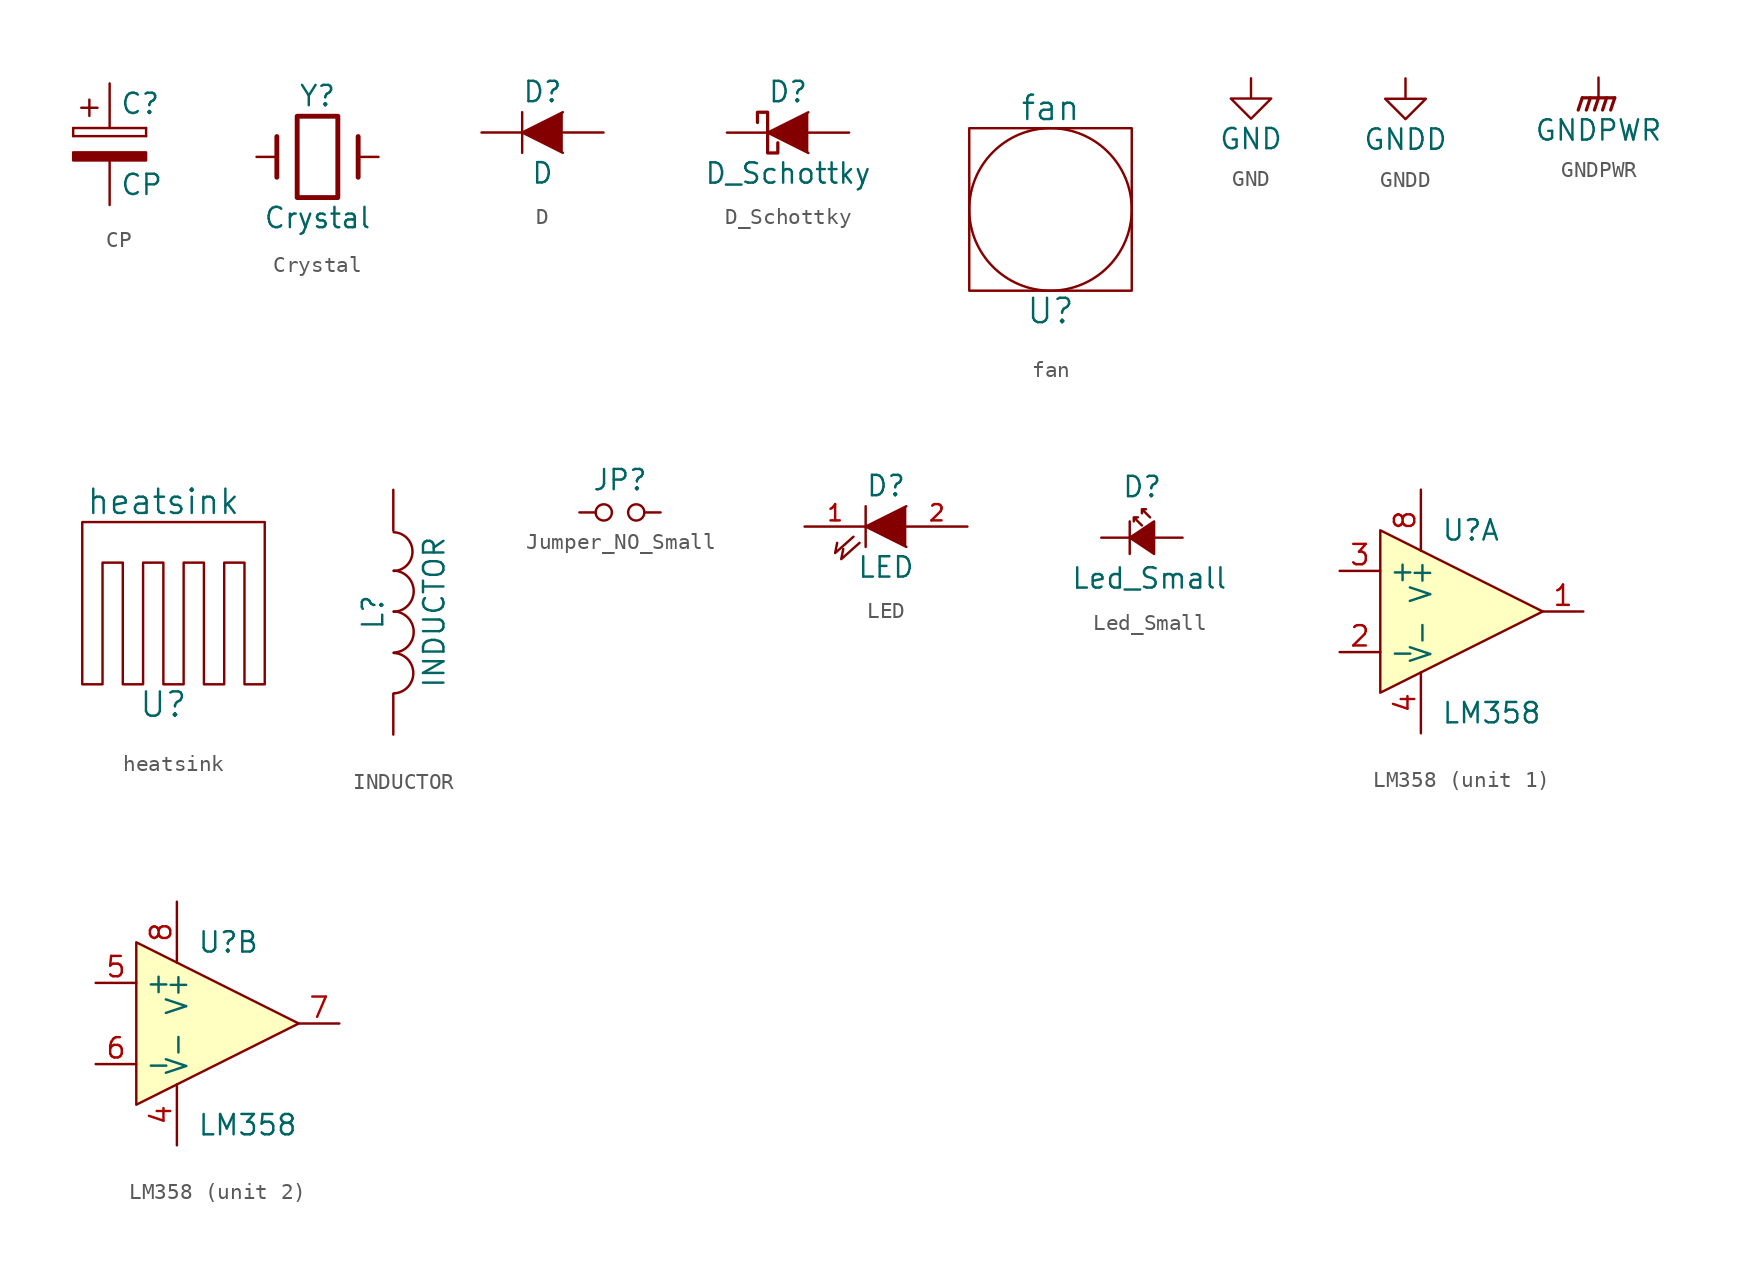
<source format=kicad_sym>
(kicad_symbol_lib
  (version 20220914)
  (generator kicad_symbol_editor)
  (symbol "CP"
    (pin_numbers hide)
    (pin_names
      (offset 0.254))
    (property "Reference" "C"
      (at 0.635 2.54 0)
      (effects (font (size 1.27 1.27)) (justify left)))
    (property "Value" "CP"
      (at 0.635 -2.54 0)
      (effects (font (size 1.27 1.27)) (justify left)))
    (property "Footprint" ""
      (at 0.965 -3.81 0)
      (effects (font (size 1.27 1.27))))
    (property "Datasheet" ""
      (at 0 0 0)
      (effects (font (size 1.27 1.27))))
    (symbol "CP_0_1"
      (rectangle (start -2.286 0.508) (end -2.286 1.016) (stroke (width 0) (type default)) (fill (type none)))
      (rectangle (start -2.286 0.508) (end 2.286 0.508) (stroke (width 0) (type default)) (fill (type none)))
      (polyline (pts (xy -1.778 2.286) (xy -0.762 2.286)) (stroke (width 0) (type default)) (fill (type none)))
      (polyline (pts (xy -1.27 2.794) (xy -1.27 1.778)) (stroke (width 0) (type default)) (fill (type none)))
      (rectangle (start 2.286 -0.508) (end -2.286 -1.016) (stroke (width 0) (type default)) (fill (type outline)))
      (rectangle (start 2.286 1.016) (end -2.286 1.016) (stroke (width 0) (type default)) (fill (type none)))
      (rectangle (start 2.286 1.016) (end 2.286 0.508) (stroke (width 0) (type default)) (fill (type none))))
    (symbol "CP_1_1"
      (pin passive line (at 0 3.81 270) (length 2.794) (name "~" (effects (font (size 1.016 1.016)))) (number "1" (effects (font (size 1.016 1.016)))))
      (pin passive line (at 0 -3.81 90) (length 2.794) (name "~" (effects (font (size 1.016 1.016)))) (number "2" (effects (font (size 1.016 1.016)))))))
  (symbol "Crystal"
    (pin_numbers hide)
    (pin_names
      (offset 1.016) hide)
    (property "Reference" "Y"
      (at 0 3.81 0)
      (effects (font (size 1.27 1.27))))
    (property "Value" "Crystal"
      (at 0 -3.81 0)
      (effects (font (size 1.27 1.27))))
    (property "Footprint" ""
      (at 0 0 0)
      (effects (font (size 1.27 1.27))))
    (property "Datasheet" ""
      (at 0 0 0)
      (effects (font (size 1.27 1.27))))
    (symbol "Crystal_0_1"
      (rectangle (start -1.27 2.54) (end 1.27 -2.54) (stroke (width 0.305) (type default)) (fill (type none)))
      (polyline (pts (xy -2.54 -1.27) (xy -2.54 1.27)) (stroke (width 0.305) (type default)) (fill (type none)))
      (polyline (pts (xy 2.54 -1.27) (xy 2.54 1.27)) (stroke (width 0.305) (type default)) (fill (type none))))
    (symbol "Crystal_1_1"
      (pin passive line (at -3.81 0 0) (length 1.27) (name "1" (effects (font (size 1.016 1.016)))) (number "1" (effects (font (size 1.016 1.016)))))
      (pin passive line (at 3.81 0 180) (length 1.27) (name "2" (effects (font (size 1.016 1.016)))) (number "2" (effects (font (size 1.016 1.016)))))))
  (symbol "D"
    (pin_numbers hide)
    (pin_names
      (offset 1.016) hide)
    (property "Reference" "D"
      (at 0 2.54 0)
      (effects (font (size 1.27 1.27))))
    (property "Value" "D"
      (at 0 -2.54 0)
      (effects (font (size 1.27 1.27))))
    (property "Footprint" ""
      (at 0 0 0)
      (effects (font (size 1.27 1.27))))
    (property "Datasheet" ""
      (at 0 0 0)
      (effects (font (size 1.27 1.27))))
    (symbol "D_0_1"
      (polyline (pts (xy -1.27 1.27) (xy -1.27 -1.27)) (stroke (width 0.152) (type default)) (fill (type none)))
      (polyline (pts (xy 1.27 1.27) (xy -1.27 0) (xy 1.27 -1.27)) (stroke (width 0) (type default)) (fill (type outline))))
    (symbol "D_1_1"
      (pin passive line (at -3.81 0 0) (length 2.54) (name "K" (effects (font (size 1.27 1.27)))) (number "1" (effects (font (size 1.27 1.27)))))
      (pin passive line (at 3.81 0 180) (length 2.54) (name "A" (effects (font (size 1.27 1.27)))) (number "2" (effects (font (size 1.27 1.27)))))))
  (symbol "D_Schottky"
    (pin_numbers hide)
    (pin_names
      (offset 1.016) hide)
    (property "Reference" "D"
      (at 0 2.54 0)
      (effects (font (size 1.27 1.27))))
    (property "Value" "D_Schottky"
      (at 0 -2.54 0)
      (effects (font (size 1.27 1.27))))
    (property "Footprint" ""
      (at 0 0 0)
      (effects (font (size 1.27 1.27))))
    (property "Datasheet" ""
      (at 0 0 0)
      (effects (font (size 1.27 1.27))))
    (symbol "D_Schottky_0_1"
      (polyline (pts (xy 1.27 1.27) (xy -1.27 0) (xy 1.27 -1.27)) (stroke (width 0) (type default)) (fill (type outline)))
      (polyline (pts (xy -1.905 0.635) (xy -1.905 1.27) (xy -1.27 1.27) (xy -1.27 -1.27) (xy -0.635 -1.27) (xy -0.635 -0.635)) (stroke (width 0.203) (type default)) (fill (type none))))
    (symbol "D_Schottky_1_1"
      (pin passive line (at -3.81 0 0) (length 2.54) (name "K" (effects (font (size 1.27 1.27)))) (number "1" (effects (font (size 1.27 1.27)))))
      (pin passive line (at 3.81 0 180) (length 2.54) (name "A" (effects (font (size 1.27 1.27)))) (number "2" (effects (font (size 1.27 1.27)))))))
  (symbol "fan"
    (pin_names
      (offset 1.016))
    (property "Reference" "U"
      (at 0 -6.35 0)
      (effects (font (size 1.524 1.524))))
    (property "Value" "fan"
      (at 0 6.35 0)
      (effects (font (size 1.524 1.524))))
    (symbol "fan_0_1"
      (rectangle (start -5.08 5.08) (end 5.08 -5.08) (stroke (width 0) (type default)) (fill (type none)))
      (circle (center 0 0) (radius 5.08) (stroke (width 0) (type default)) (fill (type none)))))
  (symbol "GND"
    (power)
    (pin_names
      (offset 0))
    (property "Reference" "#PWR"
      (at 0 -6.35 0)
      (effects (font (size 1.27 1.27)) hide))
    (property "Value" "GND"
      (at 0 -3.81 0)
      (effects (font (size 1.27 1.27))))
    (property "Footprint" ""
      (at 0 0 0)
      (effects (font (size 1.27 1.27))))
    (property "Datasheet" ""
      (at 0 0 0)
      (effects (font (size 1.27 1.27))))
    (symbol "GND_0_1"
      (polyline (pts (xy 0 0) (xy 0 -1.27) (xy 1.27 -1.27) (xy 0 -2.54) (xy -1.27 -1.27) (xy 0 -1.27)) (stroke (width 0) (type default)) (fill (type none))))
    (symbol "GND_1_1"
      (pin power_in line (at 0 0 270) (length 0) hide (name "GND" (effects (font (size 1.27 1.27)))) (number "1" (effects (font (size 1.27 1.27)))))))
  (symbol "GNDD"
    (power)
    (pin_names
      (offset 0))
    (property "Reference" "#PWR"
      (at 0 -6.35 0)
      (effects (font (size 1.27 1.27)) hide))
    (property "Value" "GNDD"
      (at 0 -3.81 0)
      (effects (font (size 1.27 1.27))))
    (property "Footprint" ""
      (at 0 0 0)
      (effects (font (size 1.27 1.27))))
    (property "Datasheet" ""
      (at 0 0 0)
      (effects (font (size 1.27 1.27))))
    (symbol "GNDD_0_1"
      (polyline (pts (xy 0 0) (xy 0 -1.27) (xy 1.27 -1.27) (xy 0 -2.54) (xy -1.27 -1.27) (xy 0 -1.27)) (stroke (width 0) (type default)) (fill (type none))))
    (symbol "GNDD_1_1"
      (pin power_in line (at 0 0 270) (length 0) hide (name "GNDD" (effects (font (size 1.27 1.27)))) (number "1" (effects (font (size 1.27 1.27)))))))
  (symbol "GNDPWR"
    (power)
    (pin_names
      (offset 0))
    (property "Reference" "#PWR"
      (at 0 -5.08 0)
      (effects (font (size 1.27 1.27)) hide))
    (property "Value" "GNDPWR"
      (at 0 -3.302 0)
      (effects (font (size 1.27 1.27))))
    (property "Footprint" ""
      (at 0 -1.27 0)
      (effects (font (size 1.27 1.27))))
    (property "Datasheet" ""
      (at 0 -1.27 0)
      (effects (font (size 1.27 1.27))))
    (symbol "GNDPWR_0_1"
      (polyline (pts (xy 0 -1.27) (xy 0 0)) (stroke (width 0) (type default)) (fill (type none)))
      (polyline (pts (xy -1.016 -1.27) (xy -1.27 -2.032) (xy -1.27 -2.032)) (stroke (width 0.203) (type default)) (fill (type none)))
      (polyline (pts (xy -0.508 -1.27) (xy -0.762 -2.032) (xy -0.762 -2.032)) (stroke (width 0.203) (type default)) (fill (type none)))
      (polyline (pts (xy 0 -1.27) (xy -0.254 -2.032) (xy -0.254 -2.032)) (stroke (width 0.203) (type default)) (fill (type none)))
      (polyline (pts (xy 0.508 -1.27) (xy 0.254 -2.032) (xy 0.254 -2.032)) (stroke (width 0.203) (type default)) (fill (type none)))
      (polyline (pts (xy 1.016 -1.27) (xy -1.016 -1.27) (xy -1.016 -1.27)) (stroke (width 0.203) (type default)) (fill (type none)))
      (polyline (pts (xy 1.016 -1.27) (xy 0.762 -2.032) (xy 0.762 -2.032) (xy 0.762 -2.032)) (stroke (width 0.203) (type default)) (fill (type none))))
    (symbol "GNDPWR_1_1"
      (pin power_in line (at 0 0 90) (length 0) hide (name "GNDPWR" (effects (font (size 1.27 1.27)))) (number "1" (effects (font (size 1.27 1.27)))))))
  (symbol "heatsink"
    (pin_names
      (offset 1.016))
    (property "Reference" "U"
      (at 0 -7.62 0)
      (effects (font (size 1.524 1.524))))
    (property "Value" "heatsink"
      (at 0 5.08 0)
      (effects (font (size 1.524 1.524))))
    (symbol "heatsink_0_1"
      (polyline (pts (xy -5.08 3.81) (xy 6.35 3.81) (xy 6.35 -6.35) (xy 5.08 -6.35) (xy 5.08 1.27) (xy 3.81 1.27) (xy 3.81 -6.35) (xy 2.54 -6.35) (xy 2.54 1.27) (xy 1.27 1.27) (xy 1.27 -6.35) (xy 0 -6.35) (xy 0 1.27) (xy -1.27 1.27) (xy -1.27 -6.35) (xy -2.54 -6.35) (xy -2.54 1.27) (xy -3.81 1.27) (xy -3.81 -6.35) (xy -5.08 -6.35) (xy -5.08 3.81)) (stroke (width 0) (type default)) (fill (type none)))))
  (symbol "INDUCTOR"
    (pin_numbers hide)
    (pin_names
      (offset 1.016) hide)
    (property "Reference" "L"
      (at -1.27 0 90)
      (effects (font (size 1.27 1.27))))
    (property "Value" "INDUCTOR"
      (at 2.54 0 90)
      (effects (font (size 1.27 1.27))))
    (property "Footprint" ""
      (at 0 0 0)
      (effects (font (size 1.27 1.27))))
    (property "Datasheet" ""
      (at 0 0 0)
      (effects (font (size 1.27 1.27))))
    (symbol "INDUCTOR_0_1"
      (arc (start 0.0254 -5.0546) (mid 1.2449 -3.8097) (end 0.0254 -2.54) (stroke (width 0) (type default)) (fill (type none)))
      (arc (start 0.0254 -2.5146) (mid 1.2703 -1.2444) (end 0.0254 0.0508) (stroke (width 0) (type default)) (fill (type none)))
      (arc (start 0.0254 0.0254) (mid 1.2703 1.2956) (end 0.0254 2.5908) (stroke (width 0) (type default)) (fill (type none)))
      (arc (start 0.0254 2.5654) (mid 1.1941 3.7595) (end 0.0254 4.9784) (stroke (width 0) (type default)) (fill (type none))))
    (symbol "INDUCTOR_1_1"
      (pin passive line (at 0 7.62 270) (length 2.54) (name "1" (effects (font (size 1.27 1.27)))) (number "1" (effects (font (size 1.27 1.27)))))
      (pin passive line (at 0 -7.62 90) (length 2.54) (name "2" (effects (font (size 1.27 1.27)))) (number "2" (effects (font (size 1.27 1.27)))))))
  (symbol "Jumper_NO_Small"
    (pin_numbers hide)
    (pin_names
      (offset 0.762) hide)
    (property "Reference" "JP"
      (at 0 2.032 0)
      (effects (font (size 1.27 1.27))))
    (property "Footprint" ""
      (at 0 0 0)
      (effects (font (size 1.27 1.27))))
    (property "Datasheet" ""
      (at 0 0 0)
      (effects (font (size 1.27 1.27))))
    (symbol "Jumper_NO_Small_0_1"
      (circle (center -1.016 0) (radius 0.508) (stroke (width 0) (type default)) (fill (type none)))
      (circle (center 1.016 0) (radius 0.508) (stroke (width 0) (type default)) (fill (type none)))
      (pin passive line (at -2.54 0 0) (length 1.016) (name "1" (effects (font (size 1.27 1.27)))) (number "1" (effects (font (size 1.27 1.27)))))
      (pin passive line (at 2.54 0 180) (length 1.016) (name "2" (effects (font (size 1.27 1.27)))) (number "2" (effects (font (size 1.27 1.27)))))))
  (symbol "LED"
    (pin_names
      (offset 1.016) hide)
    (property "Reference" "D"
      (at 0 2.54 0)
      (effects (font (size 1.27 1.27))))
    (property "Value" "LED"
      (at 0 -2.54 0)
      (effects (font (size 1.27 1.27))))
    (property "Footprint" ""
      (at 0 0 0)
      (effects (font (size 1.27 1.27))))
    (property "Datasheet" ""
      (at 0 0 0)
      (effects (font (size 1.27 1.27))))
    (symbol "LED_0_1"
      (polyline (pts (xy -1.27 1.27) (xy -1.27 -1.27)) (stroke (width 0) (type default)) (fill (type none)))
      (polyline (pts (xy -2.032 -0.635) (xy -3.175 -1.651) (xy -3.048 -1.016)) (stroke (width 0) (type default)) (fill (type none)))
      (polyline (pts (xy -1.651 -1.016) (xy -2.794 -2.032) (xy -2.667 -1.397)) (stroke (width 0) (type default)) (fill (type none)))
      (polyline (pts (xy 1.27 1.27) (xy -1.27 0) (xy 1.27 -1.27)) (stroke (width 0) (type default)) (fill (type outline))))
    (symbol "LED_1_1"
      (pin passive line (at -5.08 0 0) (length 3.81) (name "K" (effects (font (size 1.016 1.016)))) (number "1" (effects (font (size 1.016 1.016)))))
      (pin passive line (at 5.08 0 180) (length 3.81) (name "A" (effects (font (size 1.016 1.016)))) (number "2" (effects (font (size 1.016 1.016)))))))
  (symbol "Led_Small"
    (pin_numbers hide)
    (pin_names
      (offset 0.254) hide)
    (property "Reference" "D"
      (at -1.27 3.175 0)
      (effects (font (size 1.27 1.27)) (justify left)))
    (property "Value" "Led_Small"
      (at -4.445 -2.54 0)
      (effects (font (size 1.27 1.27)) (justify left)))
    (property "Footprint" ""
      (at 0 0 90)
      (effects (font (size 1.27 1.27))))
    (property "Datasheet" ""
      (at 0 0 90)
      (effects (font (size 1.27 1.27))))
    (symbol "Led_Small_0_1"
      (polyline (pts (xy -0.762 -1.016) (xy -0.762 1.016)) (stroke (width 0) (type default)) (fill (type none)))
      (polyline (pts (xy 0.762 -1.016) (xy -0.762 0) (xy 0.762 1.016) (xy 0.762 -1.016)) (stroke (width 0) (type default)) (fill (type outline)))
      (polyline (pts (xy 0 0.762) (xy -0.508 1.27) (xy -0.254 1.27) (xy -0.508 1.27) (xy -0.508 1.016)) (stroke (width 0) (type default)) (fill (type none)))
      (polyline (pts (xy 0.508 1.27) (xy 0 1.778) (xy 0.254 1.778) (xy 0 1.778) (xy 0 1.524)) (stroke (width 0) (type default)) (fill (type none))))
    (symbol "Led_Small_1_1"
      (pin passive line (at -2.54 0 0) (length 1.778) (name "K" (effects (font (size 1.016 1.016)))) (number "1" (effects (font (size 1.016 1.016)))))
      (pin passive line (at 2.54 0 180) (length 1.778) (name "A" (effects (font (size 1.016 1.016)))) (number "2" (effects (font (size 1.016 1.016)))))))
  (symbol "LM358"
    (property "Reference" "U"
      (at -1.27 5.08 0)
      (effects (font (size 1.27 1.27)) (justify left)))
    (property "Value" "LM358"
      (at -1.27 -6.35 0)
      (effects (font (size 1.27 1.27)) (justify left)))
    (property "Footprint" ""
      (at 0 0 0)
      (effects (font (size 1.27 1.27))))
    (property "Datasheet" ""
      (at 0 0 0)
      (effects (font (size 1.27 1.27))))
    (symbol "LM358_0_1"
      (polyline (pts (xy -5.08 5.08) (xy 5.08 0) (xy -5.08 -5.08) (xy -5.08 5.08)) (stroke (width 0.152) (type default)) (fill (type background)))
      (pin power_in line (at -2.54 -7.62 90) (length 3.81) (name "V-" (effects (font (size 1.27 1.27)))) (number "4" (effects (font (size 1.27 1.27)))))
      (pin power_in line (at -2.54 7.62 270) (length 3.81) (name "V+" (effects (font (size 1.27 1.27)))) (number "8" (effects (font (size 1.27 1.27))))))
    (symbol "LM358_1_1"
      (pin output line (at 7.62 0 180) (length 2.54) (name "~" (effects (font (size 1.27 1.27)))) (number "1" (effects (font (size 1.27 1.27)))))
      (pin input line (at -7.62 -2.54 0) (length 2.54) (name "-" (effects (font (size 1.27 1.27)))) (number "2" (effects (font (size 1.27 1.27)))))
      (pin input line (at -7.62 2.54 0) (length 2.54) (name "+" (effects (font (size 1.27 1.27)))) (number "3" (effects (font (size 1.27 1.27))))))
    (symbol "LM358_2_1"
      (pin input line (at -7.62 2.54 0) (length 2.54) (name "+" (effects (font (size 1.27 1.27)))) (number "5" (effects (font (size 1.27 1.27)))))
      (pin input line (at -7.62 -2.54 0) (length 2.54) (name "-" (effects (font (size 1.27 1.27)))) (number "6" (effects (font (size 1.27 1.27)))))
      (pin output line (at 7.62 0 180) (length 2.54) (name "~" (effects (font (size 1.27 1.27)))) (number "7" (effects (font (size 1.27 1.27))))))))
</source>
